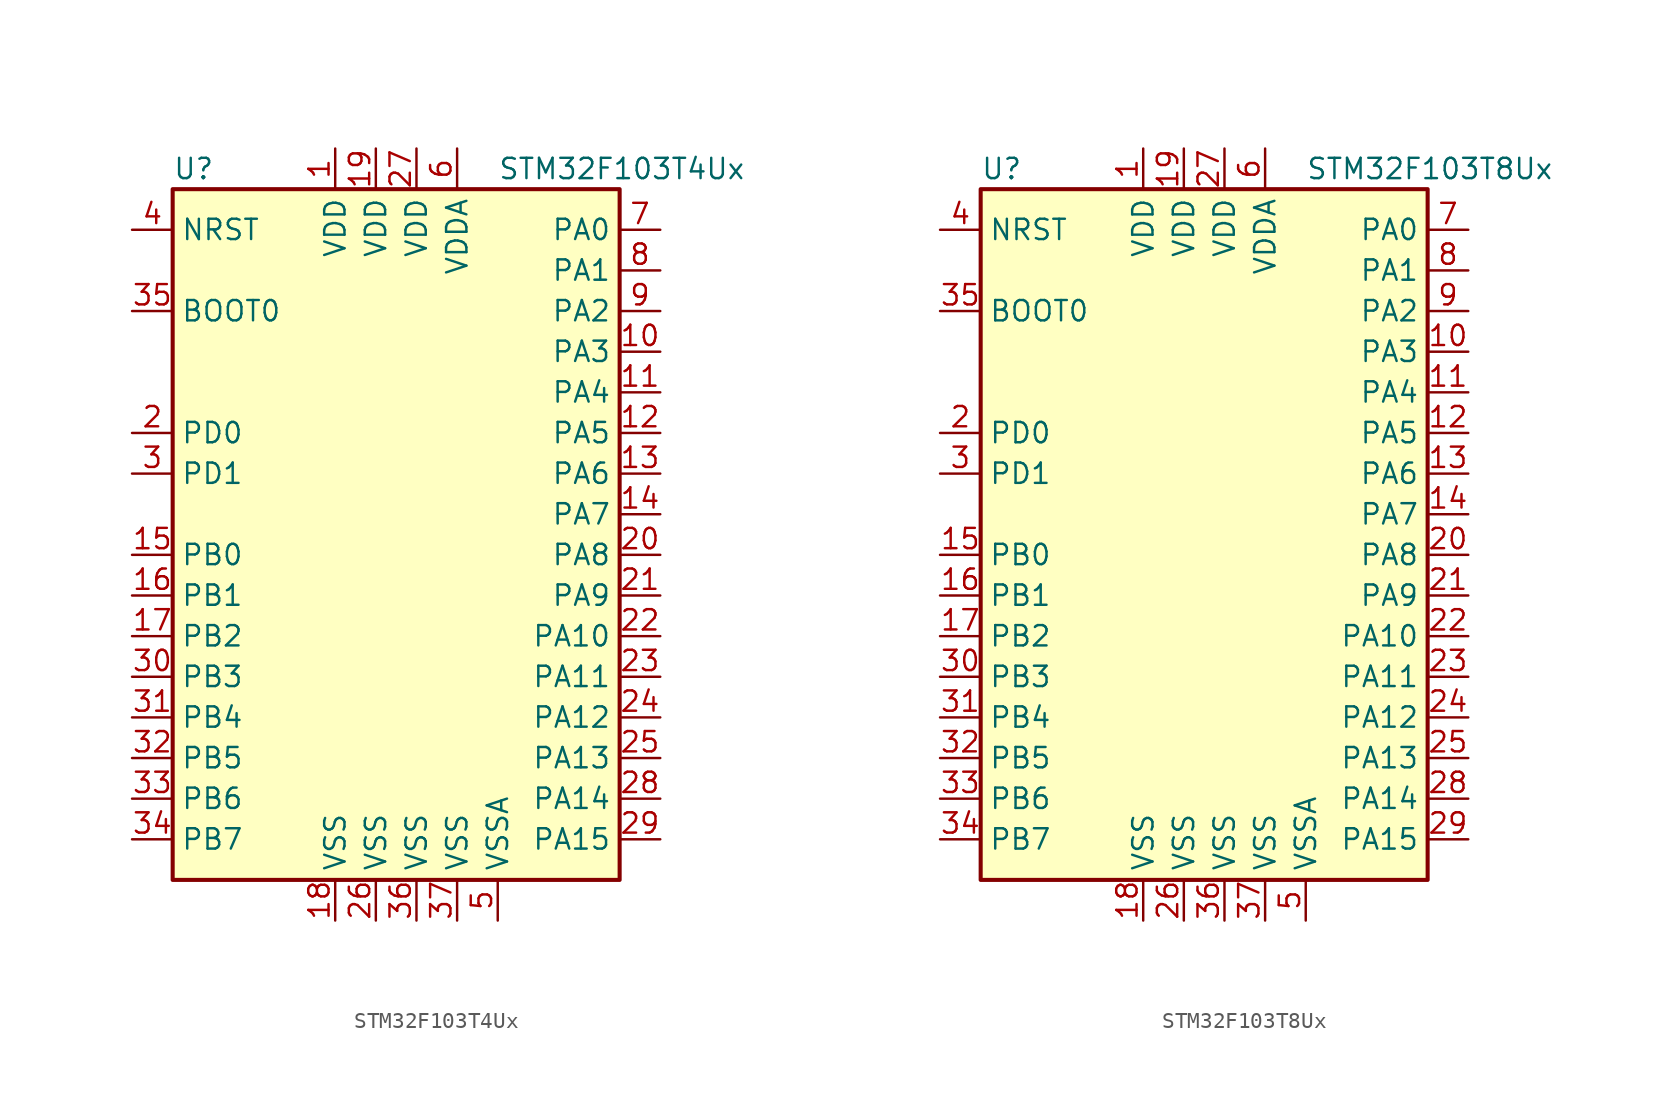
<source format=kicad_sym>
(kicad_symbol_lib
  (version 20201005)
  (generator kicad_symbol_editor)
  (symbol "STM32F103T4Ux"
    (property "Reference" "U"
      (at -15.24 21.59 0)
      (effects (font (size 1.27 1.27)) (justify left)))
    (property "Value" "STM32F103T4Ux"
      (at 5.08 21.59 0)
      (effects (font (size 1.27 1.27)) (justify left)))
    (symbol "STM32F103T4Ux_0_1"
      (rectangle (start -15.24 -22.86) (end 12.7 20.32) (stroke (width 0.254)) (fill (type background))))
    (symbol "STM32F103T4Ux_1_1"
      (pin power_in line (at -5.08 22.86 270) (length 2.54) (name "VDD" (effects (font (size 1.27 1.27)))) (number "1" (effects (font (size 1.27 1.27)))))
      (pin bidirectional line (at 15.24 10.16 180) (length 2.54) (name "PA3" (effects (font (size 1.27 1.27)))) (number "10" (effects (font (size 1.27 1.27)))))
      (pin bidirectional line (at 15.24 7.62 180) (length 2.54) (name "PA4" (effects (font (size 1.27 1.27)))) (number "11" (effects (font (size 1.27 1.27)))))
      (pin bidirectional line (at 15.24 5.08 180) (length 2.54) (name "PA5" (effects (font (size 1.27 1.27)))) (number "12" (effects (font (size 1.27 1.27)))))
      (pin bidirectional line (at 15.24 2.54 180) (length 2.54) (name "PA6" (effects (font (size 1.27 1.27)))) (number "13" (effects (font (size 1.27 1.27)))))
      (pin bidirectional line (at 15.24 0 180) (length 2.54) (name "PA7" (effects (font (size 1.27 1.27)))) (number "14" (effects (font (size 1.27 1.27)))))
      (pin bidirectional line (at -17.78 -2.54 0) (length 2.54) (name "PB0" (effects (font (size 1.27 1.27)))) (number "15" (effects (font (size 1.27 1.27)))))
      (pin bidirectional line (at -17.78 -5.08 0) (length 2.54) (name "PB1" (effects (font (size 1.27 1.27)))) (number "16" (effects (font (size 1.27 1.27)))))
      (pin bidirectional line (at -17.78 -7.62 0) (length 2.54) (name "PB2" (effects (font (size 1.27 1.27)))) (number "17" (effects (font (size 1.27 1.27)))))
      (pin power_in line (at -5.08 -25.4 90) (length 2.54) (name "VSS" (effects (font (size 1.27 1.27)))) (number "18" (effects (font (size 1.27 1.27)))))
      (pin power_in line (at -2.54 22.86 270) (length 2.54) (name "VDD" (effects (font (size 1.27 1.27)))) (number "19" (effects (font (size 1.27 1.27)))))
      (pin input line (at -17.78 5.08 0) (length 2.54) (name "PD0" (effects (font (size 1.27 1.27)))) (number "2" (effects (font (size 1.27 1.27)))))
      (pin bidirectional line (at 15.24 -2.54 180) (length 2.54) (name "PA8" (effects (font (size 1.27 1.27)))) (number "20" (effects (font (size 1.27 1.27)))))
      (pin bidirectional line (at 15.24 -5.08 180) (length 2.54) (name "PA9" (effects (font (size 1.27 1.27)))) (number "21" (effects (font (size 1.27 1.27)))))
      (pin bidirectional line (at 15.24 -7.62 180) (length 2.54) (name "PA10" (effects (font (size 1.27 1.27)))) (number "22" (effects (font (size 1.27 1.27)))))
      (pin bidirectional line (at 15.24 -10.16 180) (length 2.54) (name "PA11" (effects (font (size 1.27 1.27)))) (number "23" (effects (font (size 1.27 1.27)))))
      (pin bidirectional line (at 15.24 -12.7 180) (length 2.54) (name "PA12" (effects (font (size 1.27 1.27)))) (number "24" (effects (font (size 1.27 1.27)))))
      (pin bidirectional line (at 15.24 -15.24 180) (length 2.54) (name "PA13" (effects (font (size 1.27 1.27)))) (number "25" (effects (font (size 1.27 1.27)))))
      (pin power_in line (at -2.54 -25.4 90) (length 2.54) (name "VSS" (effects (font (size 1.27 1.27)))) (number "26" (effects (font (size 1.27 1.27)))))
      (pin power_in line (at 0 22.86 270) (length 2.54) (name "VDD" (effects (font (size 1.27 1.27)))) (number "27" (effects (font (size 1.27 1.27)))))
      (pin bidirectional line (at 15.24 -17.78 180) (length 2.54) (name "PA14" (effects (font (size 1.27 1.27)))) (number "28" (effects (font (size 1.27 1.27)))))
      (pin bidirectional line (at 15.24 -20.32 180) (length 2.54) (name "PA15" (effects (font (size 1.27 1.27)))) (number "29" (effects (font (size 1.27 1.27)))))
      (pin input line (at -17.78 2.54 0) (length 2.54) (name "PD1" (effects (font (size 1.27 1.27)))) (number "3" (effects (font (size 1.27 1.27)))))
      (pin bidirectional line (at -17.78 -10.16 0) (length 2.54) (name "PB3" (effects (font (size 1.27 1.27)))) (number "30" (effects (font (size 1.27 1.27)))))
      (pin bidirectional line (at -17.78 -12.7 0) (length 2.54) (name "PB4" (effects (font (size 1.27 1.27)))) (number "31" (effects (font (size 1.27 1.27)))))
      (pin bidirectional line (at -17.78 -15.24 0) (length 2.54) (name "PB5" (effects (font (size 1.27 1.27)))) (number "32" (effects (font (size 1.27 1.27)))))
      (pin bidirectional line (at -17.78 -17.78 0) (length 2.54) (name "PB6" (effects (font (size 1.27 1.27)))) (number "33" (effects (font (size 1.27 1.27)))))
      (pin bidirectional line (at -17.78 -20.32 0) (length 2.54) (name "PB7" (effects (font (size 1.27 1.27)))) (number "34" (effects (font (size 1.27 1.27)))))
      (pin input line (at -17.78 12.7 0) (length 2.54) (name "BOOT0" (effects (font (size 1.27 1.27)))) (number "35" (effects (font (size 1.27 1.27)))))
      (pin power_in line (at 0 -25.4 90) (length 2.54) (name "VSS" (effects (font (size 1.27 1.27)))) (number "36" (effects (font (size 1.27 1.27)))))
      (pin power_in line (at 2.54 -25.4 90) (length 2.54) (name "VSS" (effects (font (size 1.27 1.27)))) (number "37" (effects (font (size 1.27 1.27)))))
      (pin input line (at -17.78 17.78 0) (length 2.54) (name "NRST" (effects (font (size 1.27 1.27)))) (number "4" (effects (font (size 1.27 1.27)))))
      (pin power_in line (at 5.08 -25.4 90) (length 2.54) (name "VSSA" (effects (font (size 1.27 1.27)))) (number "5" (effects (font (size 1.27 1.27)))))
      (pin power_in line (at 2.54 22.86 270) (length 2.54) (name "VDDA" (effects (font (size 1.27 1.27)))) (number "6" (effects (font (size 1.27 1.27)))))
      (pin bidirectional line (at 15.24 17.78 180) (length 2.54) (name "PA0" (effects (font (size 1.27 1.27)))) (number "7" (effects (font (size 1.27 1.27)))))
      (pin bidirectional line (at 15.24 15.24 180) (length 2.54) (name "PA1" (effects (font (size 1.27 1.27)))) (number "8" (effects (font (size 1.27 1.27)))))
      (pin bidirectional line (at 15.24 12.7 180) (length 2.54) (name "PA2" (effects (font (size 1.27 1.27)))) (number "9" (effects (font (size 1.27 1.27)))))))
  (symbol "STM32F103T8Ux"
    (property "Reference" "U"
      (at -15.24 21.59 0)
      (effects (font (size 1.27 1.27)) (justify left)))
    (property "Value" "STM32F103T8Ux"
      (at 5.08 21.59 0)
      (effects (font (size 1.27 1.27)) (justify left)))
    (symbol "STM32F103T8Ux_0_1"
      (rectangle (start -15.24 -22.86) (end 12.7 20.32) (stroke (width 0.254)) (fill (type background))))
    (symbol "STM32F103T8Ux_1_1"
      (pin power_in line (at -5.08 22.86 270) (length 2.54) (name "VDD" (effects (font (size 1.27 1.27)))) (number "1" (effects (font (size 1.27 1.27)))))
      (pin bidirectional line (at 15.24 10.16 180) (length 2.54) (name "PA3" (effects (font (size 1.27 1.27)))) (number "10" (effects (font (size 1.27 1.27)))))
      (pin bidirectional line (at 15.24 7.62 180) (length 2.54) (name "PA4" (effects (font (size 1.27 1.27)))) (number "11" (effects (font (size 1.27 1.27)))))
      (pin bidirectional line (at 15.24 5.08 180) (length 2.54) (name "PA5" (effects (font (size 1.27 1.27)))) (number "12" (effects (font (size 1.27 1.27)))))
      (pin bidirectional line (at 15.24 2.54 180) (length 2.54) (name "PA6" (effects (font (size 1.27 1.27)))) (number "13" (effects (font (size 1.27 1.27)))))
      (pin bidirectional line (at 15.24 0 180) (length 2.54) (name "PA7" (effects (font (size 1.27 1.27)))) (number "14" (effects (font (size 1.27 1.27)))))
      (pin bidirectional line (at -17.78 -2.54 0) (length 2.54) (name "PB0" (effects (font (size 1.27 1.27)))) (number "15" (effects (font (size 1.27 1.27)))))
      (pin bidirectional line (at -17.78 -5.08 0) (length 2.54) (name "PB1" (effects (font (size 1.27 1.27)))) (number "16" (effects (font (size 1.27 1.27)))))
      (pin bidirectional line (at -17.78 -7.62 0) (length 2.54) (name "PB2" (effects (font (size 1.27 1.27)))) (number "17" (effects (font (size 1.27 1.27)))))
      (pin power_in line (at -5.08 -25.4 90) (length 2.54) (name "VSS" (effects (font (size 1.27 1.27)))) (number "18" (effects (font (size 1.27 1.27)))))
      (pin power_in line (at -2.54 22.86 270) (length 2.54) (name "VDD" (effects (font (size 1.27 1.27)))) (number "19" (effects (font (size 1.27 1.27)))))
      (pin input line (at -17.78 5.08 0) (length 2.54) (name "PD0" (effects (font (size 1.27 1.27)))) (number "2" (effects (font (size 1.27 1.27)))))
      (pin bidirectional line (at 15.24 -2.54 180) (length 2.54) (name "PA8" (effects (font (size 1.27 1.27)))) (number "20" (effects (font (size 1.27 1.27)))))
      (pin bidirectional line (at 15.24 -5.08 180) (length 2.54) (name "PA9" (effects (font (size 1.27 1.27)))) (number "21" (effects (font (size 1.27 1.27)))))
      (pin bidirectional line (at 15.24 -7.62 180) (length 2.54) (name "PA10" (effects (font (size 1.27 1.27)))) (number "22" (effects (font (size 1.27 1.27)))))
      (pin bidirectional line (at 15.24 -10.16 180) (length 2.54) (name "PA11" (effects (font (size 1.27 1.27)))) (number "23" (effects (font (size 1.27 1.27)))))
      (pin bidirectional line (at 15.24 -12.7 180) (length 2.54) (name "PA12" (effects (font (size 1.27 1.27)))) (number "24" (effects (font (size 1.27 1.27)))))
      (pin bidirectional line (at 15.24 -15.24 180) (length 2.54) (name "PA13" (effects (font (size 1.27 1.27)))) (number "25" (effects (font (size 1.27 1.27)))))
      (pin power_in line (at -2.54 -25.4 90) (length 2.54) (name "VSS" (effects (font (size 1.27 1.27)))) (number "26" (effects (font (size 1.27 1.27)))))
      (pin power_in line (at 0 22.86 270) (length 2.54) (name "VDD" (effects (font (size 1.27 1.27)))) (number "27" (effects (font (size 1.27 1.27)))))
      (pin bidirectional line (at 15.24 -17.78 180) (length 2.54) (name "PA14" (effects (font (size 1.27 1.27)))) (number "28" (effects (font (size 1.27 1.27)))))
      (pin bidirectional line (at 15.24 -20.32 180) (length 2.54) (name "PA15" (effects (font (size 1.27 1.27)))) (number "29" (effects (font (size 1.27 1.27)))))
      (pin input line (at -17.78 2.54 0) (length 2.54) (name "PD1" (effects (font (size 1.27 1.27)))) (number "3" (effects (font (size 1.27 1.27)))))
      (pin bidirectional line (at -17.78 -10.16 0) (length 2.54) (name "PB3" (effects (font (size 1.27 1.27)))) (number "30" (effects (font (size 1.27 1.27)))))
      (pin bidirectional line (at -17.78 -12.7 0) (length 2.54) (name "PB4" (effects (font (size 1.27 1.27)))) (number "31" (effects (font (size 1.27 1.27)))))
      (pin bidirectional line (at -17.78 -15.24 0) (length 2.54) (name "PB5" (effects (font (size 1.27 1.27)))) (number "32" (effects (font (size 1.27 1.27)))))
      (pin bidirectional line (at -17.78 -17.78 0) (length 2.54) (name "PB6" (effects (font (size 1.27 1.27)))) (number "33" (effects (font (size 1.27 1.27)))))
      (pin bidirectional line (at -17.78 -20.32 0) (length 2.54) (name "PB7" (effects (font (size 1.27 1.27)))) (number "34" (effects (font (size 1.27 1.27)))))
      (pin input line (at -17.78 12.7 0) (length 2.54) (name "BOOT0" (effects (font (size 1.27 1.27)))) (number "35" (effects (font (size 1.27 1.27)))))
      (pin power_in line (at 0 -25.4 90) (length 2.54) (name "VSS" (effects (font (size 1.27 1.27)))) (number "36" (effects (font (size 1.27 1.27)))))
      (pin power_in line (at 2.54 -25.4 90) (length 2.54) (name "VSS" (effects (font (size 1.27 1.27)))) (number "37" (effects (font (size 1.27 1.27)))))
      (pin input line (at -17.78 17.78 0) (length 2.54) (name "NRST" (effects (font (size 1.27 1.27)))) (number "4" (effects (font (size 1.27 1.27)))))
      (pin power_in line (at 5.08 -25.4 90) (length 2.54) (name "VSSA" (effects (font (size 1.27 1.27)))) (number "5" (effects (font (size 1.27 1.27)))))
      (pin power_in line (at 2.54 22.86 270) (length 2.54) (name "VDDA" (effects (font (size 1.27 1.27)))) (number "6" (effects (font (size 1.27 1.27)))))
      (pin bidirectional line (at 15.24 17.78 180) (length 2.54) (name "PA0" (effects (font (size 1.27 1.27)))) (number "7" (effects (font (size 1.27 1.27)))))
      (pin bidirectional line (at 15.24 15.24 180) (length 2.54) (name "PA1" (effects (font (size 1.27 1.27)))) (number "8" (effects (font (size 1.27 1.27)))))
      (pin bidirectional line (at 15.24 12.7 180) (length 2.54) (name "PA2" (effects (font (size 1.27 1.27)))) (number "9" (effects (font (size 1.27 1.27))))))))
</source>
